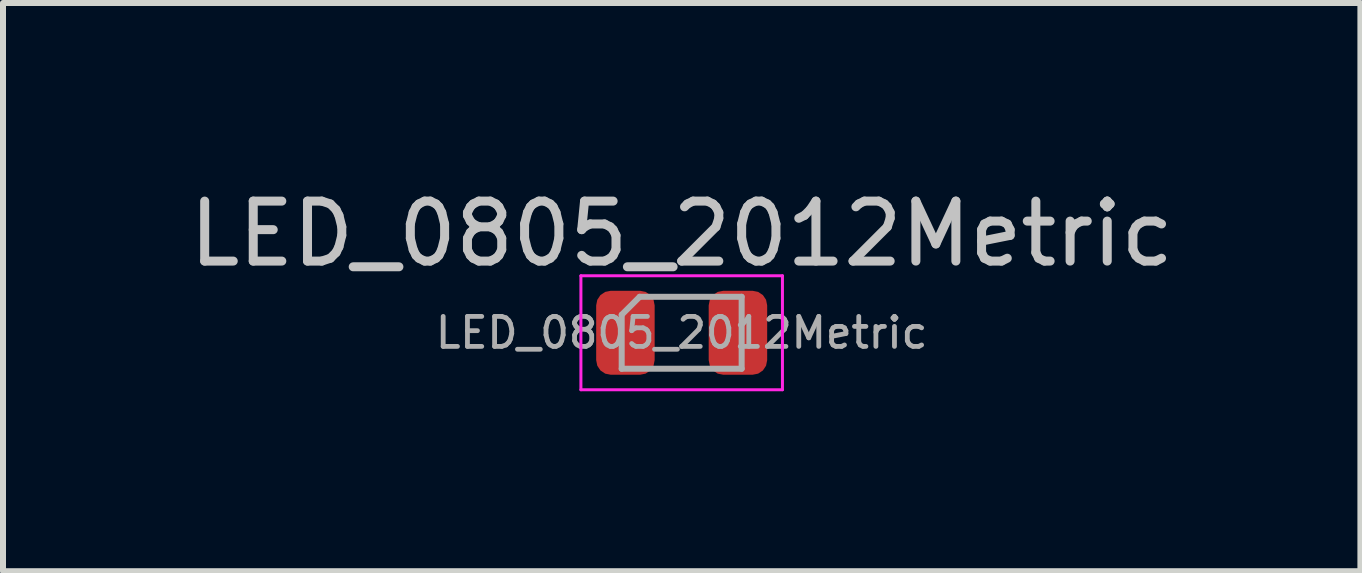
<source format=kicad_pcb>
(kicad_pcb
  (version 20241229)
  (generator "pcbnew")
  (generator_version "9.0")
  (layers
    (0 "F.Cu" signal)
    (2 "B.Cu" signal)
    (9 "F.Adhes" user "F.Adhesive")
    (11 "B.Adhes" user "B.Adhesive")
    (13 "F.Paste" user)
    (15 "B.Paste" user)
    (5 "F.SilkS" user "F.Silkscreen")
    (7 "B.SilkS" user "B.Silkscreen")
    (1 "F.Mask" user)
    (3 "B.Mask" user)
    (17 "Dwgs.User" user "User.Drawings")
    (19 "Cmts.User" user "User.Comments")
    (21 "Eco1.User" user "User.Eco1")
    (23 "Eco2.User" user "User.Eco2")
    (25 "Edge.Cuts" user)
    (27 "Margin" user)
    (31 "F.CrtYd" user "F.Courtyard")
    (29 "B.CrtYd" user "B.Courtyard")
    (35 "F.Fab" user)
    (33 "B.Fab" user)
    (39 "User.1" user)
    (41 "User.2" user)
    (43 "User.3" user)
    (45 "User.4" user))
  (footprint "LED_0805_2012Metric"
    (layer "F.Cu")
    (at 8.315 2.498)
    (property "Reference" "LED_0805_2012Metric" (at 0 -1.65 0) (layer "Dwgs.User") (effects (font (size 1 1) (thickness 0.15))))
    (attr smd)
    (fp_line (start -1.68 -0.95) (end 1.68 -0.95) (stroke (width 0.05) (type solid)) (layer "F.CrtYd"))
    (fp_line (start -1.68 0.95) (end -1.68 -0.95) (stroke (width 0.05) (type solid)) (layer "F.CrtYd"))
    (fp_line (start 1.68 -0.95) (end 1.68 0.95) (stroke (width 0.05) (type solid)) (layer "F.CrtYd"))
    (fp_line (start 1.68 0.95) (end -1.68 0.95) (stroke (width 0.05) (type solid)) (layer "F.CrtYd"))
    (fp_line (start -1 -0.3) (end -1 0.6) (stroke (width 0.1) (type solid)) (layer "F.Fab"))
    (fp_line (start -1 0.6) (end 1 0.6) (stroke (width 0.1) (type solid)) (layer "F.Fab"))
    (fp_line (start -0.7 -0.6) (end -1 -0.3) (stroke (width 0.1) (type solid)) (layer "F.Fab"))
    (fp_line (start 1 -0.6) (end -0.7 -0.6) (stroke (width 0.1) (type solid)) (layer "F.Fab"))
    (fp_line (start 1 0.6) (end 1 -0.6) (stroke (width 0.1) (type solid)) (layer "F.Fab"))
    (fp_text user "${REFERENCE}" (at 0 0 0) (layer "F.Fab") (effects (font (size 0.5 0.5) (thickness 0.08))))
    (pad "1" smd roundrect (at -0.938 0) (size 0.975 1.4) (layers "F.Cu" "F.Mask" "F.Paste") (roundrect_rratio 0.25))
    (pad "2" smd roundrect (at 0.938 0) (size 0.975 1.4) (layers "F.Cu" "F.Mask" "F.Paste") (roundrect_rratio 0.25)))
  (gr_rect
    (start -3 -3)
    (end 19.631 6.473)
    (stroke (width 0.1) (type default))
    (fill no)
    (layer "Edge.Cuts")))
</source>
